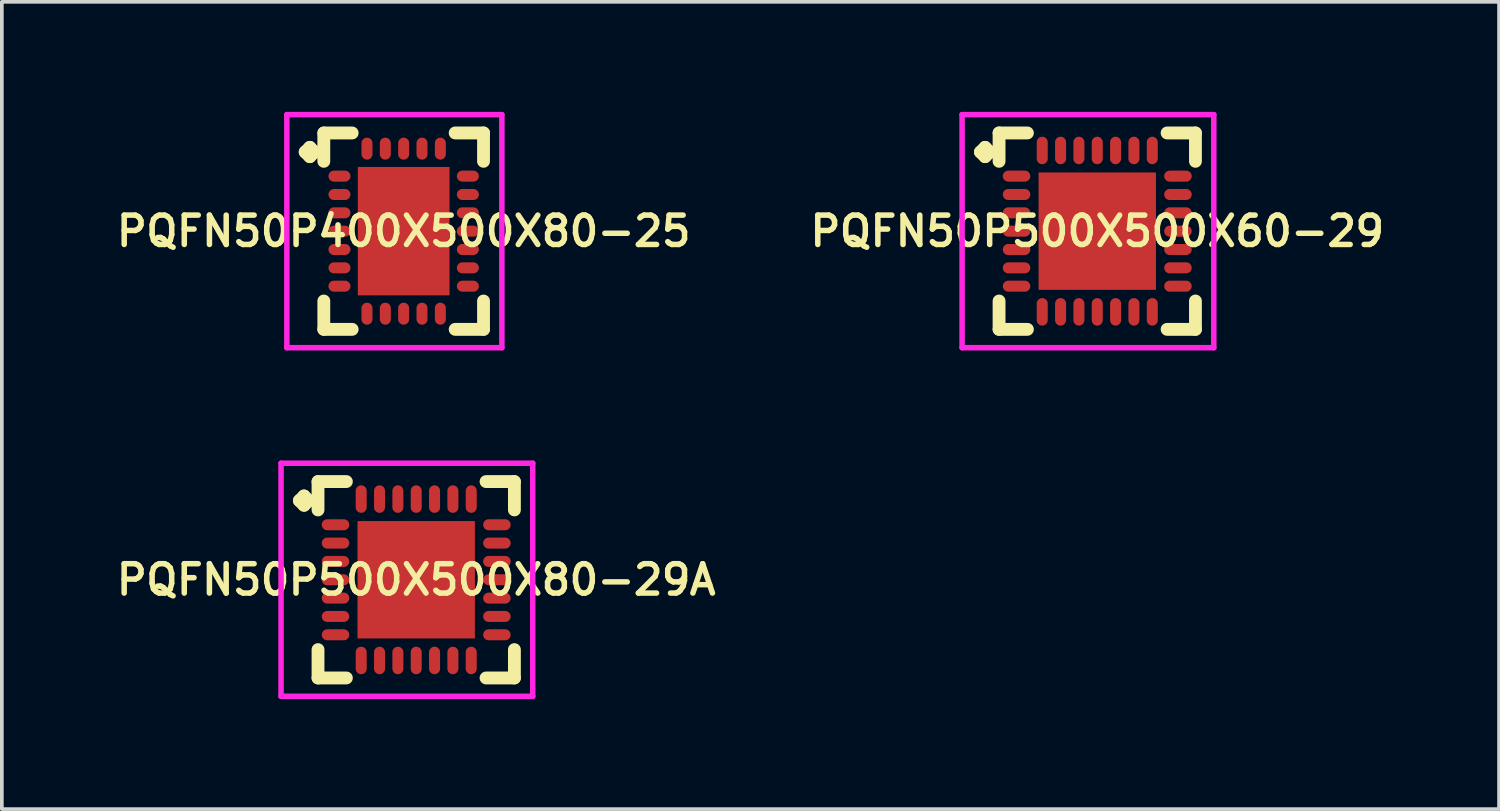
<source format=kicad_pcb>
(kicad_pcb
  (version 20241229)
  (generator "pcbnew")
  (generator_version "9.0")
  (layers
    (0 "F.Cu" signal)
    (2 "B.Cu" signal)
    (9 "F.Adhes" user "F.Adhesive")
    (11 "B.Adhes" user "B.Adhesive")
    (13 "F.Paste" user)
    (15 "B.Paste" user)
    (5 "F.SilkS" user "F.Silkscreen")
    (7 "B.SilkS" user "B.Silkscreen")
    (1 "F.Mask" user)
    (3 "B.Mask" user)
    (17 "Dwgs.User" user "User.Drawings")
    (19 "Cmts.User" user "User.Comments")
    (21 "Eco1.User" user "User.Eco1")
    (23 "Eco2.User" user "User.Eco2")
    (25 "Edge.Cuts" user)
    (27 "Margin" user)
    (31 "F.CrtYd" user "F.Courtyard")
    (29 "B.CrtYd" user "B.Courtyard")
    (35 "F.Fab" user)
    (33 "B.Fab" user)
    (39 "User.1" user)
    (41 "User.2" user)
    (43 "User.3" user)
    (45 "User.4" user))
  (footprint "PQFN50P400X500X80-25"
    (layer "F.Cu")
    (at 7.955 3.252)
    (property "Reference" "PQFN50P400X500X80-25" (at 0 0 0) (layer "F.SilkS") (effects (font (size 0.8 0.8) (thickness 0.15))))
    (attr smd)
    (fp_line (start -2.685 -2.158) (end -2.558 -2.285) (stroke (width 0.35) (type solid)) (layer "F.SilkS"))
    (fp_line (start -2.558 -2.285) (end -2.431 -2.158) (stroke (width 0.35) (type solid)) (layer "F.SilkS"))
    (fp_line (start -2.558 -2.031) (end -2.685 -2.158) (stroke (width 0.35) (type solid)) (layer "F.SilkS"))
    (fp_line (start -2.431 -2.158) (end -2.558 -2.031) (stroke (width 0.35) (type solid)) (layer "F.SilkS"))
    (fp_line (start -2.177 -2.677) (end -1.404 -2.677) (stroke (width 0.35) (type solid)) (layer "F.SilkS"))
    (fp_line (start -2.177 -1.904) (end -2.177 -2.677) (stroke (width 0.35) (type solid)) (layer "F.SilkS"))
    (fp_line (start -2.177 1.904) (end -2.177 2.677) (stroke (width 0.35) (type solid)) (layer "F.SilkS"))
    (fp_line (start -2.177 2.677) (end -1.404 2.677) (stroke (width 0.35) (type solid)) (layer "F.SilkS"))
    (fp_line (start 1.404 -2.677) (end 2.177 -2.677) (stroke (width 0.35) (type solid)) (layer "F.SilkS"))
    (fp_line (start 1.404 2.677) (end 2.177 2.677) (stroke (width 0.35) (type solid)) (layer "F.SilkS"))
    (fp_line (start 2.177 -2.677) (end 2.177 -1.904) (stroke (width 0.35) (type solid)) (layer "F.SilkS"))
    (fp_line (start 2.177 2.677) (end 2.177 1.904) (stroke (width 0.35) (type solid)) (layer "F.SilkS"))
    (fp_line (start -3.185 -3.177) (end 2.677 -3.177) (stroke (width 0.15) (type solid)) (layer "F.CrtYd"))
    (fp_line (start -3.185 3.177) (end -3.185 -3.177) (stroke (width 0.15) (type solid)) (layer "F.CrtYd"))
    (fp_line (start 2.677 -3.177) (end 2.677 3.177) (stroke (width 0.15) (type solid)) (layer "F.CrtYd"))
    (fp_line (start 2.677 3.177) (end -3.185 3.177) (stroke (width 0.15) (type solid)) (layer "F.CrtYd"))
    (pad "1" smd oval (at -1.75 -1.5) (size 0.6 0.3) (layers "F.Cu" "F.Mask" "F.Paste"))
    (pad "2" smd oval (at -1.75 -1) (size 0.6 0.3) (layers "F.Cu" "F.Mask" "F.Paste"))
    (pad "3" smd oval (at -1.75 -0.5) (size 0.6 0.3) (layers "F.Cu" "F.Mask" "F.Paste"))
    (pad "4" smd oval (at -1.75 0) (size 0.6 0.3) (layers "F.Cu" "F.Mask" "F.Paste"))
    (pad "5" smd oval (at -1.75 0.5) (size 0.6 0.3) (layers "F.Cu" "F.Mask" "F.Paste"))
    (pad "6" smd oval (at -1.75 1) (size 0.6 0.3) (layers "F.Cu" "F.Mask" "F.Paste"))
    (pad "7" smd oval (at -1.75 1.5) (size 0.6 0.3) (layers "F.Cu" "F.Mask" "F.Paste"))
    (pad "8" smd oval (at -1 2.25) (size 0.3 0.6) (layers "F.Cu" "F.Mask" "F.Paste"))
    (pad "9" smd oval (at -0.5 2.25) (size 0.3 0.6) (layers "F.Cu" "F.Mask" "F.Paste"))
    (pad "10" smd oval (at 0 2.25) (size 0.3 0.6) (layers "F.Cu" "F.Mask" "F.Paste"))
    (pad "11" smd oval (at 0.5 2.25) (size 0.3 0.6) (layers "F.Cu" "F.Mask" "F.Paste"))
    (pad "12" smd oval (at 1 2.25) (size 0.3 0.6) (layers "F.Cu" "F.Mask" "F.Paste"))
    (pad "13" smd oval (at 1.75 1.5) (size 0.6 0.3) (layers "F.Cu" "F.Mask" "F.Paste"))
    (pad "14" smd oval (at 1.75 1) (size 0.6 0.3) (layers "F.Cu" "F.Mask" "F.Paste"))
    (pad "15" smd oval (at 1.75 0.5) (size 0.6 0.3) (layers "F.Cu" "F.Mask" "F.Paste"))
    (pad "16" smd oval (at 1.75 0) (size 0.6 0.3) (layers "F.Cu" "F.Mask" "F.Paste"))
    (pad "17" smd oval (at 1.75 -0.5) (size 0.6 0.3) (layers "F.Cu" "F.Mask" "F.Paste"))
    (pad "18" smd oval (at 1.75 -1) (size 0.6 0.3) (layers "F.Cu" "F.Mask" "F.Paste"))
    (pad "19" smd oval (at 1.75 -1.5) (size 0.6 0.3) (layers "F.Cu" "F.Mask" "F.Paste"))
    (pad "20" smd oval (at 1 -2.25) (size 0.3 0.6) (layers "F.Cu" "F.Mask" "F.Paste"))
    (pad "21" smd oval (at 0.5 -2.25) (size 0.3 0.6) (layers "F.Cu" "F.Mask" "F.Paste"))
    (pad "22" smd oval (at 0 -2.25) (size 0.3 0.6) (layers "F.Cu" "F.Mask" "F.Paste"))
    (pad "23" smd oval (at -0.5 -2.25) (size 0.3 0.6) (layers "F.Cu" "F.Mask" "F.Paste"))
    (pad "24" smd oval (at -1 -2.25) (size 0.3 0.6) (layers "F.Cu" "F.Mask" "F.Paste"))
    (pad "25" smd rect (at 0 0) (size 2.5 3.5) (layers "F.Cu" "F.Mask" "F.Paste")))
  (footprint "PQFN50P500X500X80-29A"
    (layer "F.Cu")
    (at 8.297 12.756)
    (property "Reference" "PQFN50P500X500X80-29A" (at 0 0 0) (layer "F.SilkS") (effects (font (size 0.8 0.8) (thickness 0.15))))
    (attr smd)
    (fp_line (start -3.185 -2.158) (end -3.058 -2.285) (stroke (width 0.35) (type solid)) (layer "F.SilkS"))
    (fp_line (start -3.058 -2.285) (end -2.931 -2.158) (stroke (width 0.35) (type solid)) (layer "F.SilkS"))
    (fp_line (start -3.058 -2.031) (end -3.185 -2.158) (stroke (width 0.35) (type solid)) (layer "F.SilkS"))
    (fp_line (start -2.931 -2.158) (end -3.058 -2.031) (stroke (width 0.35) (type solid)) (layer "F.SilkS"))
    (fp_line (start -2.677 -2.677) (end -1.904 -2.677) (stroke (width 0.35) (type solid)) (layer "F.SilkS"))
    (fp_line (start -2.677 -1.904) (end -2.677 -2.677) (stroke (width 0.35) (type solid)) (layer "F.SilkS"))
    (fp_line (start -2.677 1.904) (end -2.677 2.677) (stroke (width 0.35) (type solid)) (layer "F.SilkS"))
    (fp_line (start -2.677 2.677) (end -1.904 2.677) (stroke (width 0.35) (type solid)) (layer "F.SilkS"))
    (fp_line (start 1.904 -2.677) (end 2.677 -2.677) (stroke (width 0.35) (type solid)) (layer "F.SilkS"))
    (fp_line (start 1.904 2.677) (end 2.677 2.677) (stroke (width 0.35) (type solid)) (layer "F.SilkS"))
    (fp_line (start 2.677 -2.677) (end 2.677 -1.904) (stroke (width 0.35) (type solid)) (layer "F.SilkS"))
    (fp_line (start 2.677 2.677) (end 2.677 1.904) (stroke (width 0.35) (type solid)) (layer "F.SilkS"))
    (fp_line (start -3.685 -3.177) (end 3.177 -3.177) (stroke (width 0.15) (type solid)) (layer "F.CrtYd"))
    (fp_line (start -3.685 3.177) (end -3.685 -3.177) (stroke (width 0.15) (type solid)) (layer "F.CrtYd"))
    (fp_line (start 3.177 -3.177) (end 3.177 3.177) (stroke (width 0.15) (type solid)) (layer "F.CrtYd"))
    (fp_line (start 3.177 3.177) (end -3.685 3.177) (stroke (width 0.15) (type solid)) (layer "F.CrtYd"))
    (pad "1" smd oval (at -2.2 -1.5) (size 0.75 0.3) (layers "F.Cu" "F.Mask" "F.Paste"))
    (pad "2" smd oval (at -2.2 -1) (size 0.75 0.3) (layers "F.Cu" "F.Mask" "F.Paste"))
    (pad "3" smd oval (at -2.2 -0.5) (size 0.75 0.3) (layers "F.Cu" "F.Mask" "F.Paste"))
    (pad "4" smd oval (at -2.2 0) (size 0.75 0.3) (layers "F.Cu" "F.Mask" "F.Paste"))
    (pad "5" smd oval (at -2.2 0.5) (size 0.75 0.3) (layers "F.Cu" "F.Mask" "F.Paste"))
    (pad "6" smd oval (at -2.2 1) (size 0.75 0.3) (layers "F.Cu" "F.Mask" "F.Paste"))
    (pad "7" smd oval (at -2.2 1.5) (size 0.75 0.3) (layers "F.Cu" "F.Mask" "F.Paste"))
    (pad "8" smd oval (at -1.5 2.2) (size 0.3 0.75) (layers "F.Cu" "F.Mask" "F.Paste"))
    (pad "9" smd oval (at -1 2.2) (size 0.3 0.75) (layers "F.Cu" "F.Mask" "F.Paste"))
    (pad "10" smd oval (at -0.5 2.2) (size 0.3 0.75) (layers "F.Cu" "F.Mask" "F.Paste"))
    (pad "11" smd oval (at 0 2.2) (size 0.3 0.75) (layers "F.Cu" "F.Mask" "F.Paste"))
    (pad "12" smd oval (at 0.5 2.2) (size 0.3 0.75) (layers "F.Cu" "F.Mask" "F.Paste"))
    (pad "13" smd oval (at 1 2.2) (size 0.3 0.75) (layers "F.Cu" "F.Mask" "F.Paste"))
    (pad "14" smd oval (at 1.5 2.2) (size 0.3 0.75) (layers "F.Cu" "F.Mask" "F.Paste"))
    (pad "15" smd oval (at 2.2 1.5) (size 0.75 0.3) (layers "F.Cu" "F.Mask" "F.Paste"))
    (pad "16" smd oval (at 2.2 1) (size 0.75 0.3) (layers "F.Cu" "F.Mask" "F.Paste"))
    (pad "17" smd oval (at 2.2 0.5) (size 0.75 0.3) (layers "F.Cu" "F.Mask" "F.Paste"))
    (pad "18" smd oval (at 2.2 0) (size 0.75 0.3) (layers "F.Cu" "F.Mask" "F.Paste"))
    (pad "19" smd oval (at 2.2 -0.5) (size 0.75 0.3) (layers "F.Cu" "F.Mask" "F.Paste"))
    (pad "20" smd oval (at 2.2 -1) (size 0.75 0.3) (layers "F.Cu" "F.Mask" "F.Paste"))
    (pad "21" smd oval (at 2.2 -1.5) (size 0.75 0.3) (layers "F.Cu" "F.Mask" "F.Paste"))
    (pad "22" smd oval (at 1.5 -2.2) (size 0.3 0.75) (layers "F.Cu" "F.Mask" "F.Paste"))
    (pad "23" smd oval (at 1 -2.2) (size 0.3 0.75) (layers "F.Cu" "F.Mask" "F.Paste"))
    (pad "24" smd oval (at 0.5 -2.2) (size 0.3 0.75) (layers "F.Cu" "F.Mask" "F.Paste"))
    (pad "25" smd oval (at 0 -2.2) (size 0.3 0.75) (layers "F.Cu" "F.Mask" "F.Paste"))
    (pad "26" smd oval (at -0.5 -2.2) (size 0.3 0.75) (layers "F.Cu" "F.Mask" "F.Paste"))
    (pad "27" smd oval (at -1 -2.2) (size 0.3 0.75) (layers "F.Cu" "F.Mask" "F.Paste"))
    (pad "28" smd oval (at -1.5 -2.2) (size 0.3 0.75) (layers "F.Cu" "F.Mask" "F.Paste"))
    (pad "29" smd rect (at 0 0) (size 3.2 3.2) (layers "F.Cu" "F.Mask" "F.Paste")))
  (footprint "PQFN50P500X500X60-29"
    (layer "F.Cu")
    (at 26.864 3.252)
    (property "Reference" "PQFN50P500X500X60-29" (at 0 0 0) (layer "F.SilkS") (effects (font (size 0.8 0.8) (thickness 0.15))))
    (attr smd)
    (fp_line (start -3.185 -2.158) (end -3.058 -2.285) (stroke (width 0.35) (type solid)) (layer "F.SilkS"))
    (fp_line (start -3.058 -2.285) (end -2.931 -2.158) (stroke (width 0.35) (type solid)) (layer "F.SilkS"))
    (fp_line (start -3.058 -2.031) (end -3.185 -2.158) (stroke (width 0.35) (type solid)) (layer "F.SilkS"))
    (fp_line (start -2.931 -2.158) (end -3.058 -2.031) (stroke (width 0.35) (type solid)) (layer "F.SilkS"))
    (fp_line (start -2.677 -2.677) (end -1.904 -2.677) (stroke (width 0.35) (type solid)) (layer "F.SilkS"))
    (fp_line (start -2.677 -1.904) (end -2.677 -2.677) (stroke (width 0.35) (type solid)) (layer "F.SilkS"))
    (fp_line (start -2.677 1.904) (end -2.677 2.677) (stroke (width 0.35) (type solid)) (layer "F.SilkS"))
    (fp_line (start -2.677 2.677) (end -1.904 2.677) (stroke (width 0.35) (type solid)) (layer "F.SilkS"))
    (fp_line (start 1.904 -2.677) (end 2.677 -2.677) (stroke (width 0.35) (type solid)) (layer "F.SilkS"))
    (fp_line (start 1.904 2.677) (end 2.677 2.677) (stroke (width 0.35) (type solid)) (layer "F.SilkS"))
    (fp_line (start 2.677 -2.677) (end 2.677 -1.904) (stroke (width 0.35) (type solid)) (layer "F.SilkS"))
    (fp_line (start 2.677 2.677) (end 2.677 1.904) (stroke (width 0.35) (type solid)) (layer "F.SilkS"))
    (fp_line (start -3.685 -3.177) (end 3.177 -3.177) (stroke (width 0.15) (type solid)) (layer "F.CrtYd"))
    (fp_line (start -3.685 3.177) (end -3.685 -3.177) (stroke (width 0.15) (type solid)) (layer "F.CrtYd"))
    (fp_line (start 3.177 -3.177) (end 3.177 3.177) (stroke (width 0.15) (type solid)) (layer "F.CrtYd"))
    (fp_line (start 3.177 3.177) (end -3.685 3.177) (stroke (width 0.15) (type solid)) (layer "F.CrtYd"))
    (pad "1" smd oval (at -2.2 -1.5) (size 0.75 0.3) (layers "F.Cu" "F.Mask" "F.Paste"))
    (pad "2" smd oval (at -2.2 -1) (size 0.75 0.3) (layers "F.Cu" "F.Mask" "F.Paste"))
    (pad "3" smd oval (at -2.2 -0.5) (size 0.75 0.3) (layers "F.Cu" "F.Mask" "F.Paste"))
    (pad "4" smd oval (at -2.2 0) (size 0.75 0.3) (layers "F.Cu" "F.Mask" "F.Paste"))
    (pad "5" smd oval (at -2.2 0.5) (size 0.75 0.3) (layers "F.Cu" "F.Mask" "F.Paste"))
    (pad "6" smd oval (at -2.2 1) (size 0.75 0.3) (layers "F.Cu" "F.Mask" "F.Paste"))
    (pad "7" smd oval (at -2.2 1.5) (size 0.75 0.3) (layers "F.Cu" "F.Mask" "F.Paste"))
    (pad "8" smd oval (at -1.5 2.2) (size 0.3 0.75) (layers "F.Cu" "F.Mask" "F.Paste"))
    (pad "9" smd oval (at -1 2.2) (size 0.3 0.75) (layers "F.Cu" "F.Mask" "F.Paste"))
    (pad "10" smd oval (at -0.5 2.2) (size 0.3 0.75) (layers "F.Cu" "F.Mask" "F.Paste"))
    (pad "11" smd oval (at 0 2.2) (size 0.3 0.75) (layers "F.Cu" "F.Mask" "F.Paste"))
    (pad "12" smd oval (at 0.5 2.2) (size 0.3 0.75) (layers "F.Cu" "F.Mask" "F.Paste"))
    (pad "13" smd oval (at 1 2.2) (size 0.3 0.75) (layers "F.Cu" "F.Mask" "F.Paste"))
    (pad "14" smd oval (at 1.5 2.2) (size 0.3 0.75) (layers "F.Cu" "F.Mask" "F.Paste"))
    (pad "15" smd oval (at 2.2 1.5) (size 0.75 0.3) (layers "F.Cu" "F.Mask" "F.Paste"))
    (pad "16" smd oval (at 2.2 1) (size 0.75 0.3) (layers "F.Cu" "F.Mask" "F.Paste"))
    (pad "17" smd oval (at 2.2 0.5) (size 0.75 0.3) (layers "F.Cu" "F.Mask" "F.Paste"))
    (pad "18" smd oval (at 2.2 0) (size 0.75 0.3) (layers "F.Cu" "F.Mask" "F.Paste"))
    (pad "19" smd oval (at 2.2 -0.5) (size 0.75 0.3) (layers "F.Cu" "F.Mask" "F.Paste"))
    (pad "20" smd oval (at 2.2 -1) (size 0.75 0.3) (layers "F.Cu" "F.Mask" "F.Paste"))
    (pad "21" smd oval (at 2.2 -1.5) (size 0.75 0.3) (layers "F.Cu" "F.Mask" "F.Paste"))
    (pad "22" smd oval (at 1.5 -2.2) (size 0.3 0.75) (layers "F.Cu" "F.Mask" "F.Paste"))
    (pad "23" smd oval (at 1 -2.2) (size 0.3 0.75) (layers "F.Cu" "F.Mask" "F.Paste"))
    (pad "24" smd oval (at 0.5 -2.2) (size 0.3 0.75) (layers "F.Cu" "F.Mask" "F.Paste"))
    (pad "25" smd oval (at 0 -2.2) (size 0.3 0.75) (layers "F.Cu" "F.Mask" "F.Paste"))
    (pad "26" smd oval (at -0.5 -2.2) (size 0.3 0.75) (layers "F.Cu" "F.Mask" "F.Paste"))
    (pad "27" smd oval (at -1 -2.2) (size 0.3 0.75) (layers "F.Cu" "F.Mask" "F.Paste"))
    (pad "28" smd oval (at -1.5 -2.2) (size 0.3 0.75) (layers "F.Cu" "F.Mask" "F.Paste"))
    (pad "29" smd rect (at 0 0) (size 3.2 3.2) (layers "F.Cu" "F.Mask" "F.Paste")))
  (gr_rect
    (start -3 -3)
    (end 37.818 19.008)
    (stroke (width 0.1) (type default))
    (fill no)
    (layer "Edge.Cuts")))
</source>
